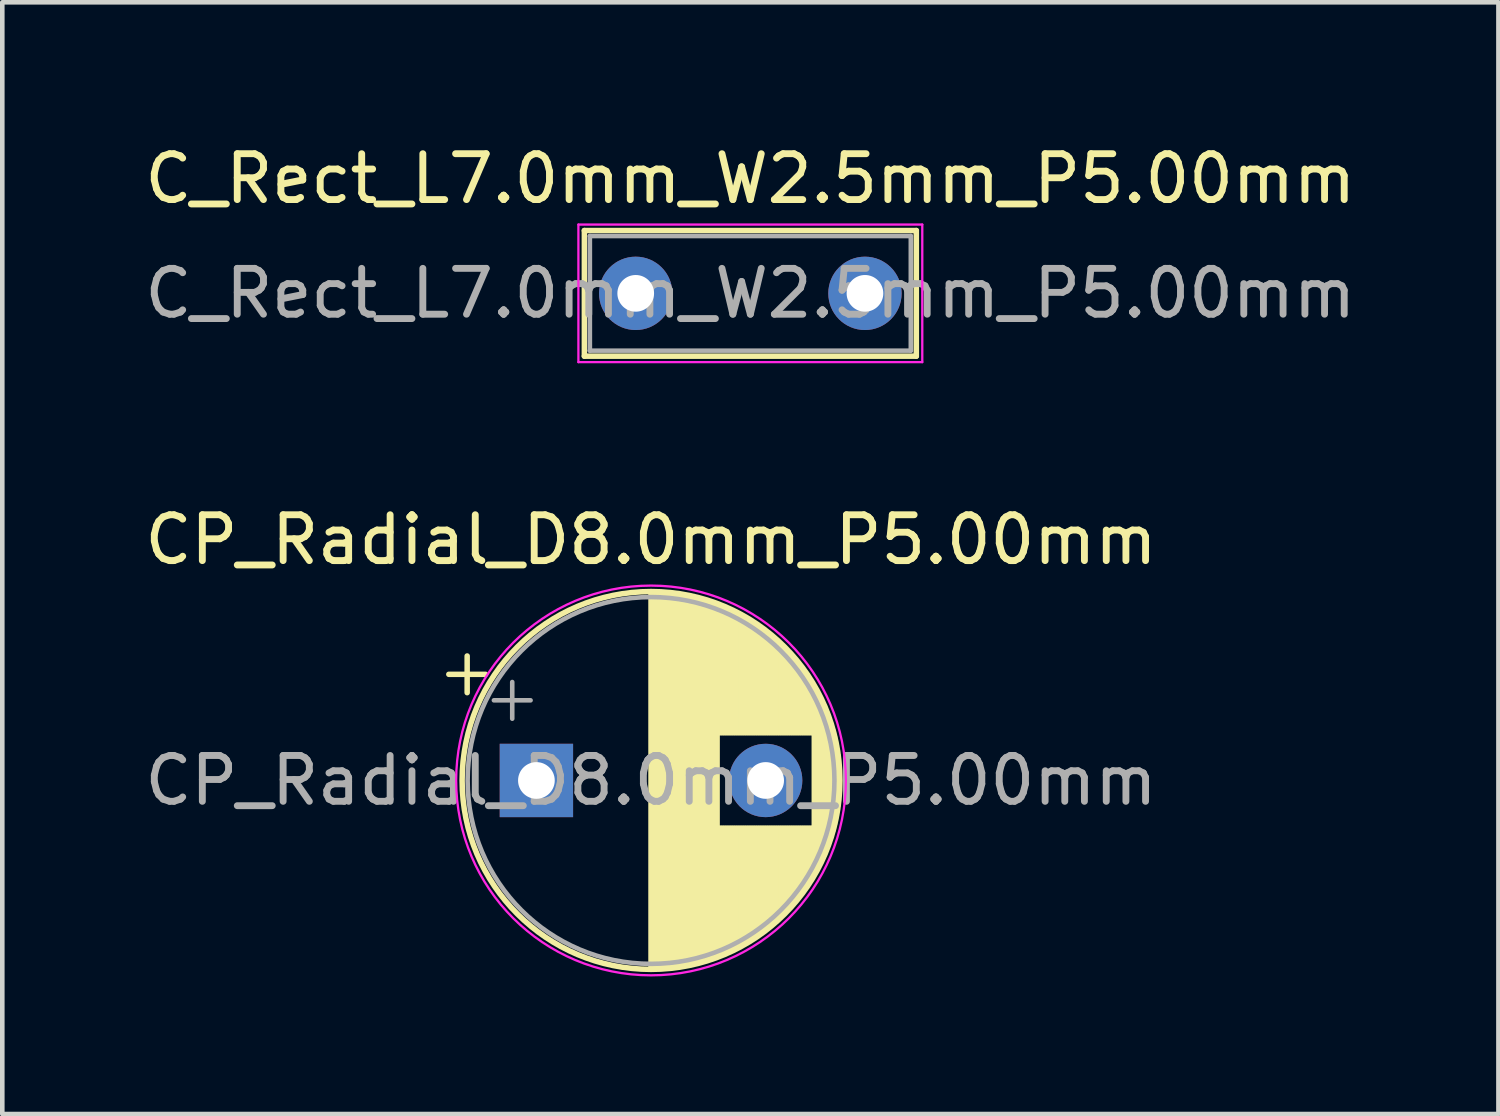
<source format=kicad_pcb>
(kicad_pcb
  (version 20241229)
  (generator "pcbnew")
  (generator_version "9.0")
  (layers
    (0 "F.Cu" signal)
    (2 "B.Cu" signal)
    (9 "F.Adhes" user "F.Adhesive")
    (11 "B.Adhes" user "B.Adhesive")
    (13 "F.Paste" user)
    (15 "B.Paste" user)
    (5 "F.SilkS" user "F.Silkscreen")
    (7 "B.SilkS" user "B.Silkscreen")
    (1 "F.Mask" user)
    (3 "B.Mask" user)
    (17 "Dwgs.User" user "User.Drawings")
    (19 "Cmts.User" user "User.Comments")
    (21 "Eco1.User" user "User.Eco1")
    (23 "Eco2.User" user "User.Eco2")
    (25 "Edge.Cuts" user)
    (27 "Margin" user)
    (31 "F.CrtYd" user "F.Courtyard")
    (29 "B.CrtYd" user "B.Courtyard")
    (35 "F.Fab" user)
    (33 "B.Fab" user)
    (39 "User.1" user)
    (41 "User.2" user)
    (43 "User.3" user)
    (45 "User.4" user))
  (footprint "C_Rect_L7.0mm_W2.5mm_P5.00mm"
    (layer "F.Cu")
    (at 10.815 3.348)
    (property "Reference" "C_Rect_L7.0mm_W2.5mm_P5.00mm" (at 2.5 -2.5 0) (layer "F.SilkS") (effects (font (size 1 1) (thickness 0.15))))
    (attr through_hole)
    (fp_line (start -1.12 -1.37) (end -1.12 1.37) (stroke (width 0.12) (type solid)) (layer "F.SilkS"))
    (fp_line (start -1.12 -1.37) (end 6.12 -1.37) (stroke (width 0.12) (type solid)) (layer "F.SilkS"))
    (fp_line (start -1.12 1.37) (end 6.12 1.37) (stroke (width 0.12) (type solid)) (layer "F.SilkS"))
    (fp_line (start 6.12 -1.37) (end 6.12 1.37) (stroke (width 0.12) (type solid)) (layer "F.SilkS"))
    (fp_line (start -1.25 -1.5) (end -1.25 1.5) (stroke (width 0.05) (type solid)) (layer "F.CrtYd"))
    (fp_line (start -1.25 1.5) (end 6.25 1.5) (stroke (width 0.05) (type solid)) (layer "F.CrtYd"))
    (fp_line (start 6.25 -1.5) (end -1.25 -1.5) (stroke (width 0.05) (type solid)) (layer "F.CrtYd"))
    (fp_line (start 6.25 1.5) (end 6.25 -1.5) (stroke (width 0.05) (type solid)) (layer "F.CrtYd"))
    (fp_line (start -1 -1.25) (end -1 1.25) (stroke (width 0.1) (type solid)) (layer "F.Fab"))
    (fp_line (start -1 1.25) (end 6 1.25) (stroke (width 0.1) (type solid)) (layer "F.Fab"))
    (fp_line (start 6 -1.25) (end -1 -1.25) (stroke (width 0.1) (type solid)) (layer "F.Fab"))
    (fp_line (start 6 1.25) (end 6 -1.25) (stroke (width 0.1) (type solid)) (layer "F.Fab"))
    (fp_text user "${REFERENCE}" (at 2.5 0 0) (layer "F.Fab") (effects (font (size 1 1) (thickness 0.15))))
    (pad "1" thru_hole circle (at 0 0) (size 1.6 1.6) (drill 0.8) (layers "*.Cu" "*.Mask"))
    (pad "2" thru_hole circle (at 5 0) (size 1.6 1.6) (drill 0.8) (layers "*.Cu" "*.Mask")))
  (footprint "CP_Radial_D8.0mm_P5.00mm"
    (layer "F.Cu")
    (at 8.649 13.972)
    (property "Reference" "CP_Radial_D8.0mm_P5.00mm" (at 2.5 -5.25 0) (layer "F.SilkS") (effects (font (size 1 1) (thickness 0.15))))
    (attr through_hole)
    (fp_line (start -1.91 -2.315) (end -1.11 -2.315) (stroke (width 0.12) (type solid)) (layer "F.SilkS"))
    (fp_line (start -1.51 -2.715) (end -1.51 -1.915) (stroke (width 0.12) (type solid)) (layer "F.SilkS"))
    (fp_line (start 2.5 -4.08) (end 2.5 4.08) (stroke (width 0.12) (type solid)) (layer "F.SilkS"))
    (fp_line (start 2.54 -4.08) (end 2.54 4.08) (stroke (width 0.12) (type solid)) (layer "F.SilkS"))
    (fp_line (start 2.58 -4.08) (end 2.58 4.08) (stroke (width 0.12) (type solid)) (layer "F.SilkS"))
    (fp_line (start 2.62 -4.079) (end 2.62 4.079) (stroke (width 0.12) (type solid)) (layer "F.SilkS"))
    (fp_line (start 2.66 -4.077) (end 2.66 4.077) (stroke (width 0.12) (type solid)) (layer "F.SilkS"))
    (fp_line (start 2.7 -4.076) (end 2.7 4.076) (stroke (width 0.12) (type solid)) (layer "F.SilkS"))
    (fp_line (start 2.74 -4.074) (end 2.74 4.074) (stroke (width 0.12) (type solid)) (layer "F.SilkS"))
    (fp_line (start 2.78 -4.071) (end 2.78 4.071) (stroke (width 0.12) (type solid)) (layer "F.SilkS"))
    (fp_line (start 2.82 -4.068) (end 2.82 4.068) (stroke (width 0.12) (type solid)) (layer "F.SilkS"))
    (fp_line (start 2.86 -4.065) (end 2.86 4.065) (stroke (width 0.12) (type solid)) (layer "F.SilkS"))
    (fp_line (start 2.9 -4.061) (end 2.9 4.061) (stroke (width 0.12) (type solid)) (layer "F.SilkS"))
    (fp_line (start 2.94 -4.057) (end 2.94 4.057) (stroke (width 0.12) (type solid)) (layer "F.SilkS"))
    (fp_line (start 2.98 -4.052) (end 2.98 4.052) (stroke (width 0.12) (type solid)) (layer "F.SilkS"))
    (fp_line (start 3.02 -4.048) (end 3.02 4.048) (stroke (width 0.12) (type solid)) (layer "F.SilkS"))
    (fp_line (start 3.06 -4.042) (end 3.06 4.042) (stroke (width 0.12) (type solid)) (layer "F.SilkS"))
    (fp_line (start 3.1 -4.037) (end 3.1 4.037) (stroke (width 0.12) (type solid)) (layer "F.SilkS"))
    (fp_line (start 3.14 -4.03) (end 3.14 4.03) (stroke (width 0.12) (type solid)) (layer "F.SilkS"))
    (fp_line (start 3.18 -4.024) (end 3.18 4.024) (stroke (width 0.12) (type solid)) (layer "F.SilkS"))
    (fp_line (start 3.221 -4.017) (end 3.221 4.017) (stroke (width 0.12) (type solid)) (layer "F.SilkS"))
    (fp_line (start 3.261 -4.01) (end 3.261 4.01) (stroke (width 0.12) (type solid)) (layer "F.SilkS"))
    (fp_line (start 3.301 -4.002) (end 3.301 4.002) (stroke (width 0.12) (type solid)) (layer "F.SilkS"))
    (fp_line (start 3.341 -3.994) (end 3.341 3.994) (stroke (width 0.12) (type solid)) (layer "F.SilkS"))
    (fp_line (start 3.381 -3.985) (end 3.381 3.985) (stroke (width 0.12) (type solid)) (layer "F.SilkS"))
    (fp_line (start 3.421 -3.976) (end 3.421 3.976) (stroke (width 0.12) (type solid)) (layer "F.SilkS"))
    (fp_line (start 3.461 -3.967) (end 3.461 3.967) (stroke (width 0.12) (type solid)) (layer "F.SilkS"))
    (fp_line (start 3.501 -3.957) (end 3.501 3.957) (stroke (width 0.12) (type solid)) (layer "F.SilkS"))
    (fp_line (start 3.541 -3.947) (end 3.541 3.947) (stroke (width 0.12) (type solid)) (layer "F.SilkS"))
    (fp_line (start 3.581 -3.936) (end 3.581 3.936) (stroke (width 0.12) (type solid)) (layer "F.SilkS"))
    (fp_line (start 3.621 -3.925) (end 3.621 3.925) (stroke (width 0.12) (type solid)) (layer "F.SilkS"))
    (fp_line (start 3.661 -3.914) (end 3.661 3.914) (stroke (width 0.12) (type solid)) (layer "F.SilkS"))
    (fp_line (start 3.701 -3.902) (end 3.701 3.902) (stroke (width 0.12) (type solid)) (layer "F.SilkS"))
    (fp_line (start 3.741 -3.889) (end 3.741 3.889) (stroke (width 0.12) (type solid)) (layer "F.SilkS"))
    (fp_line (start 3.781 -3.877) (end 3.781 3.877) (stroke (width 0.12) (type solid)) (layer "F.SilkS"))
    (fp_line (start 3.821 -3.863) (end 3.821 3.863) (stroke (width 0.12) (type solid)) (layer "F.SilkS"))
    (fp_line (start 3.861 -3.85) (end 3.861 3.85) (stroke (width 0.12) (type solid)) (layer "F.SilkS"))
    (fp_line (start 3.901 -3.835) (end 3.901 3.835) (stroke (width 0.12) (type solid)) (layer "F.SilkS"))
    (fp_line (start 3.941 -3.821) (end 3.941 3.821) (stroke (width 0.12) (type solid)) (layer "F.SilkS"))
    (fp_line (start 3.981 -3.805) (end 3.981 -1.04) (stroke (width 0.12) (type solid)) (layer "F.SilkS"))
    (fp_line (start 3.981 1.04) (end 3.981 3.805) (stroke (width 0.12) (type solid)) (layer "F.SilkS"))
    (fp_line (start 4.021 -3.79) (end 4.021 -1.04) (stroke (width 0.12) (type solid)) (layer "F.SilkS"))
    (fp_line (start 4.021 1.04) (end 4.021 3.79) (stroke (width 0.12) (type solid)) (layer "F.SilkS"))
    (fp_line (start 4.061 -3.774) (end 4.061 -1.04) (stroke (width 0.12) (type solid)) (layer "F.SilkS"))
    (fp_line (start 4.061 1.04) (end 4.061 3.774) (stroke (width 0.12) (type solid)) (layer "F.SilkS"))
    (fp_line (start 4.101 -3.757) (end 4.101 -1.04) (stroke (width 0.12) (type solid)) (layer "F.SilkS"))
    (fp_line (start 4.101 1.04) (end 4.101 3.757) (stroke (width 0.12) (type solid)) (layer "F.SilkS"))
    (fp_line (start 4.141 -3.74) (end 4.141 -1.04) (stroke (width 0.12) (type solid)) (layer "F.SilkS"))
    (fp_line (start 4.141 1.04) (end 4.141 3.74) (stroke (width 0.12) (type solid)) (layer "F.SilkS"))
    (fp_line (start 4.181 -3.722) (end 4.181 -1.04) (stroke (width 0.12) (type solid)) (layer "F.SilkS"))
    (fp_line (start 4.181 1.04) (end 4.181 3.722) (stroke (width 0.12) (type solid)) (layer "F.SilkS"))
    (fp_line (start 4.221 -3.704) (end 4.221 -1.04) (stroke (width 0.12) (type solid)) (layer "F.SilkS"))
    (fp_line (start 4.221 1.04) (end 4.221 3.704) (stroke (width 0.12) (type solid)) (layer "F.SilkS"))
    (fp_line (start 4.261 -3.686) (end 4.261 -1.04) (stroke (width 0.12) (type solid)) (layer "F.SilkS"))
    (fp_line (start 4.261 1.04) (end 4.261 3.686) (stroke (width 0.12) (type solid)) (layer "F.SilkS"))
    (fp_line (start 4.301 -3.666) (end 4.301 -1.04) (stroke (width 0.12) (type solid)) (layer "F.SilkS"))
    (fp_line (start 4.301 1.04) (end 4.301 3.666) (stroke (width 0.12) (type solid)) (layer "F.SilkS"))
    (fp_line (start 4.341 -3.647) (end 4.341 -1.04) (stroke (width 0.12) (type solid)) (layer "F.SilkS"))
    (fp_line (start 4.341 1.04) (end 4.341 3.647) (stroke (width 0.12) (type solid)) (layer "F.SilkS"))
    (fp_line (start 4.381 -3.627) (end 4.381 -1.04) (stroke (width 0.12) (type solid)) (layer "F.SilkS"))
    (fp_line (start 4.381 1.04) (end 4.381 3.627) (stroke (width 0.12) (type solid)) (layer "F.SilkS"))
    (fp_line (start 4.421 -3.606) (end 4.421 -1.04) (stroke (width 0.12) (type solid)) (layer "F.SilkS"))
    (fp_line (start 4.421 1.04) (end 4.421 3.606) (stroke (width 0.12) (type solid)) (layer "F.SilkS"))
    (fp_line (start 4.461 -3.584) (end 4.461 -1.04) (stroke (width 0.12) (type solid)) (layer "F.SilkS"))
    (fp_line (start 4.461 1.04) (end 4.461 3.584) (stroke (width 0.12) (type solid)) (layer "F.SilkS"))
    (fp_line (start 4.501 -3.562) (end 4.501 -1.04) (stroke (width 0.12) (type solid)) (layer "F.SilkS"))
    (fp_line (start 4.501 1.04) (end 4.501 3.562) (stroke (width 0.12) (type solid)) (layer "F.SilkS"))
    (fp_line (start 4.541 -3.54) (end 4.541 -1.04) (stroke (width 0.12) (type solid)) (layer "F.SilkS"))
    (fp_line (start 4.541 1.04) (end 4.541 3.54) (stroke (width 0.12) (type solid)) (layer "F.SilkS"))
    (fp_line (start 4.581 -3.517) (end 4.581 -1.04) (stroke (width 0.12) (type solid)) (layer "F.SilkS"))
    (fp_line (start 4.581 1.04) (end 4.581 3.517) (stroke (width 0.12) (type solid)) (layer "F.SilkS"))
    (fp_line (start 4.621 -3.493) (end 4.621 -1.04) (stroke (width 0.12) (type solid)) (layer "F.SilkS"))
    (fp_line (start 4.621 1.04) (end 4.621 3.493) (stroke (width 0.12) (type solid)) (layer "F.SilkS"))
    (fp_line (start 4.661 -3.469) (end 4.661 -1.04) (stroke (width 0.12) (type solid)) (layer "F.SilkS"))
    (fp_line (start 4.661 1.04) (end 4.661 3.469) (stroke (width 0.12) (type solid)) (layer "F.SilkS"))
    (fp_line (start 4.701 -3.444) (end 4.701 -1.04) (stroke (width 0.12) (type solid)) (layer "F.SilkS"))
    (fp_line (start 4.701 1.04) (end 4.701 3.444) (stroke (width 0.12) (type solid)) (layer "F.SilkS"))
    (fp_line (start 4.741 -3.418) (end 4.741 -1.04) (stroke (width 0.12) (type solid)) (layer "F.SilkS"))
    (fp_line (start 4.741 1.04) (end 4.741 3.418) (stroke (width 0.12) (type solid)) (layer "F.SilkS"))
    (fp_line (start 4.781 -3.392) (end 4.781 -1.04) (stroke (width 0.12) (type solid)) (layer "F.SilkS"))
    (fp_line (start 4.781 1.04) (end 4.781 3.392) (stroke (width 0.12) (type solid)) (layer "F.SilkS"))
    (fp_line (start 4.821 -3.365) (end 4.821 -1.04) (stroke (width 0.12) (type solid)) (layer "F.SilkS"))
    (fp_line (start 4.821 1.04) (end 4.821 3.365) (stroke (width 0.12) (type solid)) (layer "F.SilkS"))
    (fp_line (start 4.861 -3.338) (end 4.861 -1.04) (stroke (width 0.12) (type solid)) (layer "F.SilkS"))
    (fp_line (start 4.861 1.04) (end 4.861 3.338) (stroke (width 0.12) (type solid)) (layer "F.SilkS"))
    (fp_line (start 4.901 -3.309) (end 4.901 -1.04) (stroke (width 0.12) (type solid)) (layer "F.SilkS"))
    (fp_line (start 4.901 1.04) (end 4.901 3.309) (stroke (width 0.12) (type solid)) (layer "F.SilkS"))
    (fp_line (start 4.941 -3.28) (end 4.941 -1.04) (stroke (width 0.12) (type solid)) (layer "F.SilkS"))
    (fp_line (start 4.941 1.04) (end 4.941 3.28) (stroke (width 0.12) (type solid)) (layer "F.SilkS"))
    (fp_line (start 4.981 -3.25) (end 4.981 -1.04) (stroke (width 0.12) (type solid)) (layer "F.SilkS"))
    (fp_line (start 4.981 1.04) (end 4.981 3.25) (stroke (width 0.12) (type solid)) (layer "F.SilkS"))
    (fp_line (start 5.021 -3.22) (end 5.021 -1.04) (stroke (width 0.12) (type solid)) (layer "F.SilkS"))
    (fp_line (start 5.021 1.04) (end 5.021 3.22) (stroke (width 0.12) (type solid)) (layer "F.SilkS"))
    (fp_line (start 5.061 -3.189) (end 5.061 -1.04) (stroke (width 0.12) (type solid)) (layer "F.SilkS"))
    (fp_line (start 5.061 1.04) (end 5.061 3.189) (stroke (width 0.12) (type solid)) (layer "F.SilkS"))
    (fp_line (start 5.101 -3.156) (end 5.101 -1.04) (stroke (width 0.12) (type solid)) (layer "F.SilkS"))
    (fp_line (start 5.101 1.04) (end 5.101 3.156) (stroke (width 0.12) (type solid)) (layer "F.SilkS"))
    (fp_line (start 5.141 -3.124) (end 5.141 -1.04) (stroke (width 0.12) (type solid)) (layer "F.SilkS"))
    (fp_line (start 5.141 1.04) (end 5.141 3.124) (stroke (width 0.12) (type solid)) (layer "F.SilkS"))
    (fp_line (start 5.181 -3.09) (end 5.181 -1.04) (stroke (width 0.12) (type solid)) (layer "F.SilkS"))
    (fp_line (start 5.181 1.04) (end 5.181 3.09) (stroke (width 0.12) (type solid)) (layer "F.SilkS"))
    (fp_line (start 5.221 -3.055) (end 5.221 -1.04) (stroke (width 0.12) (type solid)) (layer "F.SilkS"))
    (fp_line (start 5.221 1.04) (end 5.221 3.055) (stroke (width 0.12) (type solid)) (layer "F.SilkS"))
    (fp_line (start 5.261 -3.019) (end 5.261 -1.04) (stroke (width 0.12) (type solid)) (layer "F.SilkS"))
    (fp_line (start 5.261 1.04) (end 5.261 3.019) (stroke (width 0.12) (type solid)) (layer "F.SilkS"))
    (fp_line (start 5.301 -2.983) (end 5.301 -1.04) (stroke (width 0.12) (type solid)) (layer "F.SilkS"))
    (fp_line (start 5.301 1.04) (end 5.301 2.983) (stroke (width 0.12) (type solid)) (layer "F.SilkS"))
    (fp_line (start 5.341 -2.945) (end 5.341 -1.04) (stroke (width 0.12) (type solid)) (layer "F.SilkS"))
    (fp_line (start 5.341 1.04) (end 5.341 2.945) (stroke (width 0.12) (type solid)) (layer "F.SilkS"))
    (fp_line (start 5.381 -2.907) (end 5.381 -1.04) (stroke (width 0.12) (type solid)) (layer "F.SilkS"))
    (fp_line (start 5.381 1.04) (end 5.381 2.907) (stroke (width 0.12) (type solid)) (layer "F.SilkS"))
    (fp_line (start 5.421 -2.867) (end 5.421 -1.04) (stroke (width 0.12) (type solid)) (layer "F.SilkS"))
    (fp_line (start 5.421 1.04) (end 5.421 2.867) (stroke (width 0.12) (type solid)) (layer "F.SilkS"))
    (fp_line (start 5.461 -2.826) (end 5.461 -1.04) (stroke (width 0.12) (type solid)) (layer "F.SilkS"))
    (fp_line (start 5.461 1.04) (end 5.461 2.826) (stroke (width 0.12) (type solid)) (layer "F.SilkS"))
    (fp_line (start 5.501 -2.784) (end 5.501 -1.04) (stroke (width 0.12) (type solid)) (layer "F.SilkS"))
    (fp_line (start 5.501 1.04) (end 5.501 2.784) (stroke (width 0.12) (type solid)) (layer "F.SilkS"))
    (fp_line (start 5.541 -2.741) (end 5.541 -1.04) (stroke (width 0.12) (type solid)) (layer "F.SilkS"))
    (fp_line (start 5.541 1.04) (end 5.541 2.741) (stroke (width 0.12) (type solid)) (layer "F.SilkS"))
    (fp_line (start 5.581 -2.697) (end 5.581 -1.04) (stroke (width 0.12) (type solid)) (layer "F.SilkS"))
    (fp_line (start 5.581 1.04) (end 5.581 2.697) (stroke (width 0.12) (type solid)) (layer "F.SilkS"))
    (fp_line (start 5.621 -2.651) (end 5.621 -1.04) (stroke (width 0.12) (type solid)) (layer "F.SilkS"))
    (fp_line (start 5.621 1.04) (end 5.621 2.651) (stroke (width 0.12) (type solid)) (layer "F.SilkS"))
    (fp_line (start 5.661 -2.604) (end 5.661 -1.04) (stroke (width 0.12) (type solid)) (layer "F.SilkS"))
    (fp_line (start 5.661 1.04) (end 5.661 2.604) (stroke (width 0.12) (type solid)) (layer "F.SilkS"))
    (fp_line (start 5.701 -2.556) (end 5.701 -1.04) (stroke (width 0.12) (type solid)) (layer "F.SilkS"))
    (fp_line (start 5.701 1.04) (end 5.701 2.556) (stroke (width 0.12) (type solid)) (layer "F.SilkS"))
    (fp_line (start 5.741 -2.505) (end 5.741 -1.04) (stroke (width 0.12) (type solid)) (layer "F.SilkS"))
    (fp_line (start 5.741 1.04) (end 5.741 2.505) (stroke (width 0.12) (type solid)) (layer "F.SilkS"))
    (fp_line (start 5.781 -2.454) (end 5.781 -1.04) (stroke (width 0.12) (type solid)) (layer "F.SilkS"))
    (fp_line (start 5.781 1.04) (end 5.781 2.454) (stroke (width 0.12) (type solid)) (layer "F.SilkS"))
    (fp_line (start 5.821 -2.4) (end 5.821 -1.04) (stroke (width 0.12) (type solid)) (layer "F.SilkS"))
    (fp_line (start 5.821 1.04) (end 5.821 2.4) (stroke (width 0.12) (type solid)) (layer "F.SilkS"))
    (fp_line (start 5.861 -2.345) (end 5.861 -1.04) (stroke (width 0.12) (type solid)) (layer "F.SilkS"))
    (fp_line (start 5.861 1.04) (end 5.861 2.345) (stroke (width 0.12) (type solid)) (layer "F.SilkS"))
    (fp_line (start 5.901 -2.287) (end 5.901 -1.04) (stroke (width 0.12) (type solid)) (layer "F.SilkS"))
    (fp_line (start 5.901 1.04) (end 5.901 2.287) (stroke (width 0.12) (type solid)) (layer "F.SilkS"))
    (fp_line (start 5.941 -2.228) (end 5.941 -1.04) (stroke (width 0.12) (type solid)) (layer "F.SilkS"))
    (fp_line (start 5.941 1.04) (end 5.941 2.228) (stroke (width 0.12) (type solid)) (layer "F.SilkS"))
    (fp_line (start 5.981 -2.166) (end 5.981 -1.04) (stroke (width 0.12) (type solid)) (layer "F.SilkS"))
    (fp_line (start 5.981 1.04) (end 5.981 2.166) (stroke (width 0.12) (type solid)) (layer "F.SilkS"))
    (fp_line (start 6.021 -2.102) (end 6.021 -1.04) (stroke (width 0.12) (type solid)) (layer "F.SilkS"))
    (fp_line (start 6.021 1.04) (end 6.021 2.102) (stroke (width 0.12) (type solid)) (layer "F.SilkS"))
    (fp_line (start 6.061 -2.034) (end 6.061 2.034) (stroke (width 0.12) (type solid)) (layer "F.SilkS"))
    (fp_line (start 6.101 -1.964) (end 6.101 1.964) (stroke (width 0.12) (type solid)) (layer "F.SilkS"))
    (fp_line (start 6.141 -1.89) (end 6.141 1.89) (stroke (width 0.12) (type solid)) (layer "F.SilkS"))
    (fp_line (start 6.181 -1.813) (end 6.181 1.813) (stroke (width 0.12) (type solid)) (layer "F.SilkS"))
    (fp_line (start 6.221 -1.731) (end 6.221 1.731) (stroke (width 0.12) (type solid)) (layer "F.SilkS"))
    (fp_line (start 6.261 -1.645) (end 6.261 1.645) (stroke (width 0.12) (type solid)) (layer "F.SilkS"))
    (fp_line (start 6.301 -1.552) (end 6.301 1.552) (stroke (width 0.12) (type solid)) (layer "F.SilkS"))
    (fp_line (start 6.341 -1.453) (end 6.341 1.453) (stroke (width 0.12) (type solid)) (layer "F.SilkS"))
    (fp_line (start 6.381 -1.346) (end 6.381 1.346) (stroke (width 0.12) (type solid)) (layer "F.SilkS"))
    (fp_line (start 6.421 -1.229) (end 6.421 1.229) (stroke (width 0.12) (type solid)) (layer "F.SilkS"))
    (fp_line (start 6.461 -1.098) (end 6.461 1.098) (stroke (width 0.12) (type solid)) (layer "F.SilkS"))
    (fp_line (start 6.501 -0.948) (end 6.501 0.948) (stroke (width 0.12) (type solid)) (layer "F.SilkS"))
    (fp_line (start 6.541 -0.768) (end 6.541 0.768) (stroke (width 0.12) (type solid)) (layer "F.SilkS"))
    (fp_line (start 6.581 -0.533) (end 6.581 0.533) (stroke (width 0.12) (type solid)) (layer "F.SilkS"))
    (fp_circle (center 2.5 0) (end 6.62 0) (stroke (width 0.12) (type solid)) (fill no) (layer "F.SilkS"))
    (fp_circle (center 2.5 0) (end 6.75 0) (stroke (width 0.05) (type solid)) (fill no) (layer "F.CrtYd"))
    (fp_line (start -0.927 -1.748) (end -0.127 -1.748) (stroke (width 0.1) (type solid)) (layer "F.Fab"))
    (fp_line (start -0.527 -2.147) (end -0.527 -1.347) (stroke (width 0.1) (type solid)) (layer "F.Fab"))
    (fp_circle (center 2.5 0) (end 6.5 0) (stroke (width 0.1) (type solid)) (fill no) (layer "F.Fab"))
    (fp_text user "${REFERENCE}" (at 2.5 0 0) (layer "F.Fab") (effects (font (size 1 1) (thickness 0.15))))
    (pad "1" thru_hole rect (at 0 0) (size 1.6 1.6) (drill 0.8) (layers "*.Cu" "*.Mask"))
    (pad "2" thru_hole circle (at 5 0) (size 1.6 1.6) (drill 0.8) (layers "*.Cu" "*.Mask")))
  (gr_rect
    (start -3 -3)
    (end 29.631 21.247)
    (stroke (width 0.1) (type default))
    (fill no)
    (layer "Edge.Cuts")))
</source>
